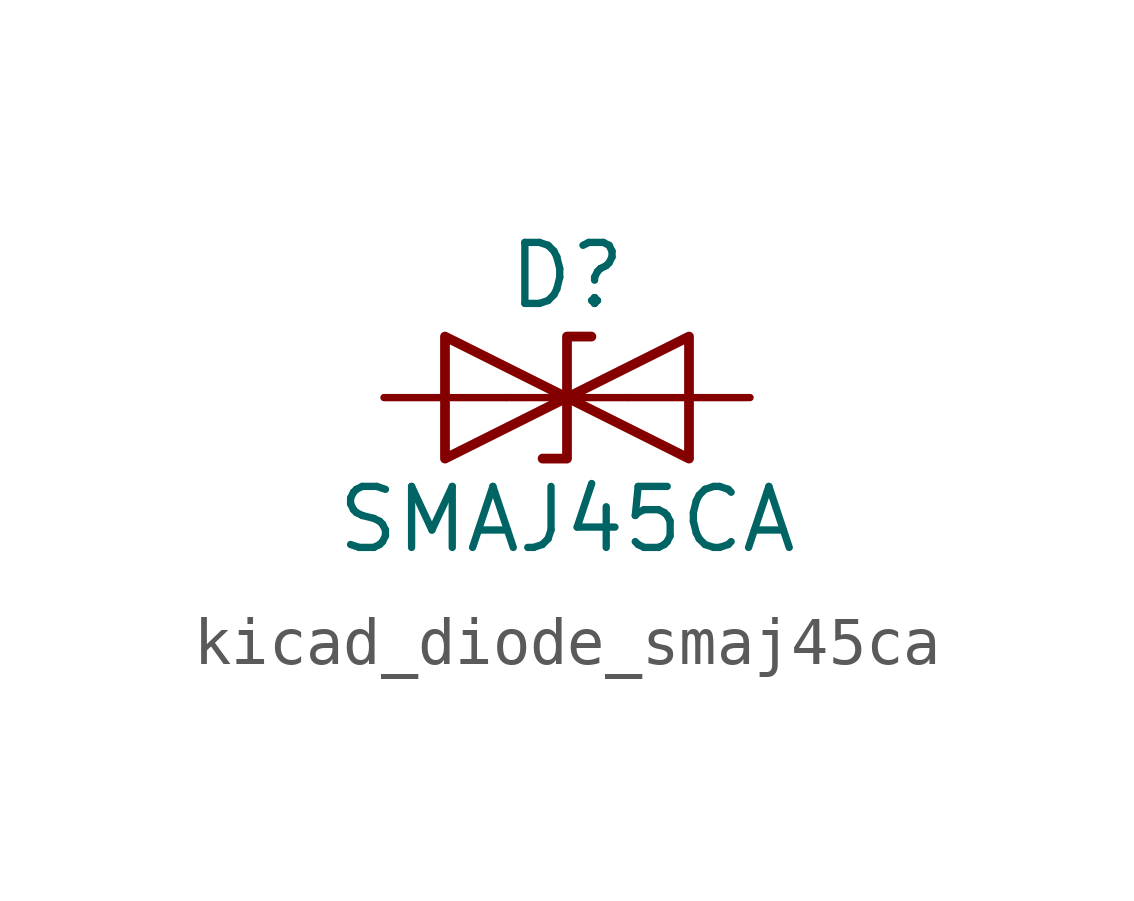
<source format=kicad_sym>
(kicad_symbol_lib
  (version 20220914)
  (generator kicad_symbol_editor)
  (symbol "kicad_diode_smaj45ca"
    (pin_numbers hide)
    (pin_names
      (offset 1.016) hide)
    (property "Reference" "D"
      (at 0 2.54 0)
      (effects (font (size 1.27 1.27))))
    (property "Value" "SMAJ45CA"
      (at 0 -2.54 0)
      (effects (font (size 1.27 1.27))))
    (symbol "kicad_diode_smaj45ca_0_1"
      (polyline (pts (xy 1.27 0) (xy -1.27 0)) (stroke (width 0) (type default)) (fill (type none)))
      (polyline (pts (xy -2.54 -1.27) (xy 0 0) (xy -2.54 1.27) (xy -2.54 -1.27)) (stroke (width 0.203) (type default)) (fill (type none)))
      (polyline (pts (xy 0.508 1.27) (xy 0 1.27) (xy 0 -1.27) (xy -0.508 -1.27)) (stroke (width 0.203) (type default)) (fill (type none)))
      (polyline (pts (xy 2.54 1.27) (xy 2.54 -1.27) (xy 0 0) (xy 2.54 1.27)) (stroke (width 0.203) (type default)) (fill (type none))))
    (symbol "kicad_diode_smaj45ca_1_1"
      (pin passive line (at -3.81 0 0) (length 2.54) (name "A1" (effects (font (size 1.27 1.27)))) (number "1" (effects (font (size 1.27 1.27)))))
      (pin passive line (at 3.81 0 180) (length 2.54) (name "A2" (effects (font (size 1.27 1.27)))) (number "2" (effects (font (size 1.27 1.27))))))))
</source>
